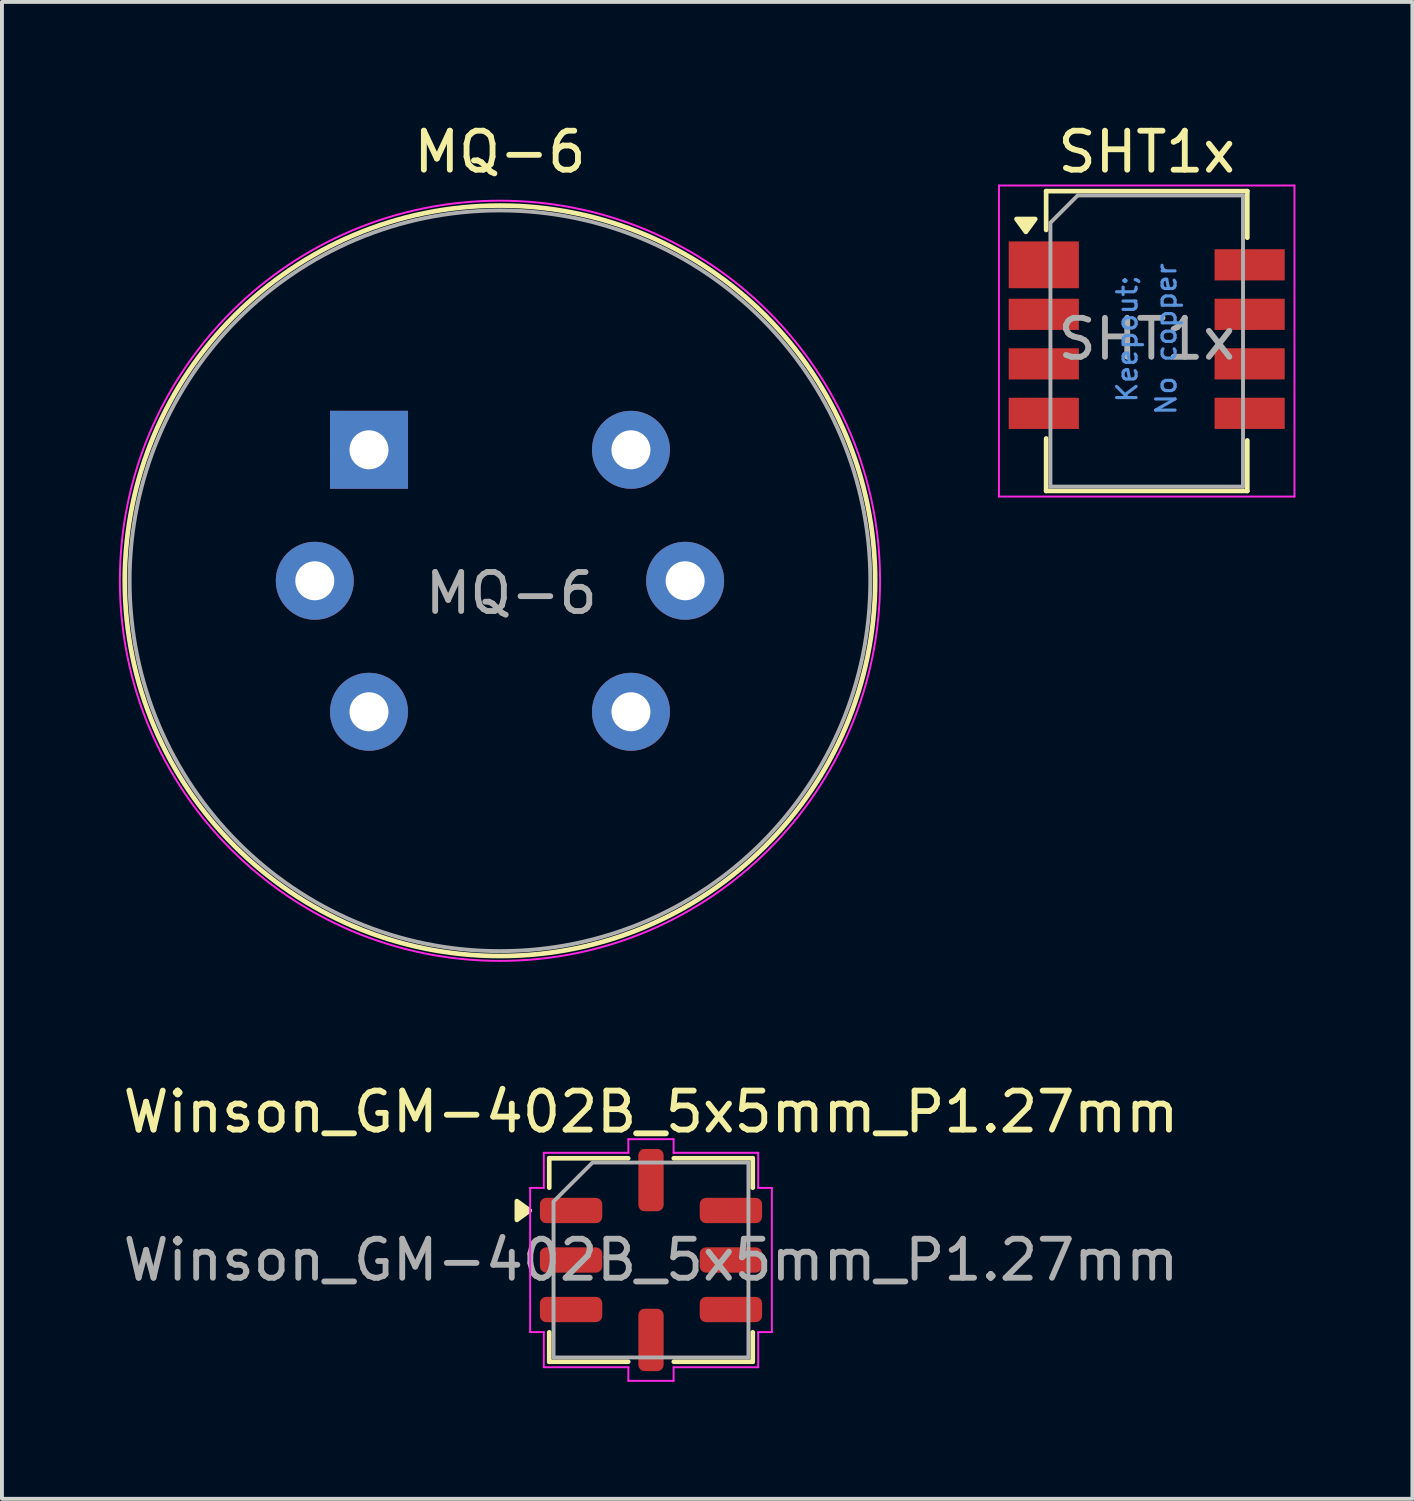
<source format=kicad_pcb>
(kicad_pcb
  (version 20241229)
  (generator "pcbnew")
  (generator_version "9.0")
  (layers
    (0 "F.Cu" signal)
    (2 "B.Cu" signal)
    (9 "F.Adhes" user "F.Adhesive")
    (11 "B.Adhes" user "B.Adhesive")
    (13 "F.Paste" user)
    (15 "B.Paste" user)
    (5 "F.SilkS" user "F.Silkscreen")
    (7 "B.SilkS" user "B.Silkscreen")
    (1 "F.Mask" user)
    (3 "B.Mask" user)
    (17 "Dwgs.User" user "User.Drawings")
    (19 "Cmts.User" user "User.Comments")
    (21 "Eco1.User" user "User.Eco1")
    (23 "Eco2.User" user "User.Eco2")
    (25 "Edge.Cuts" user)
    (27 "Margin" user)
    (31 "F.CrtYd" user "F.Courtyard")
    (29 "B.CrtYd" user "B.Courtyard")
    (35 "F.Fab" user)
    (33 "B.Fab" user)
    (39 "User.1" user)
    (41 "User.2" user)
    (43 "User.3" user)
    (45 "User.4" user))
  (footprint "SHT1x"
    (layer "F.Cu")
    (at 26.365 5.648)
    (property "Reference" "SHT1x" (at 0 -4.8 0) (layer "F.SilkS") (effects (font (size 1 1) (thickness 0.15))))
    (attr smd)
    (fp_line (start -2.58 -3.795) (end 2.58 -3.795) (stroke (width 0.12) (type solid)) (layer "F.SilkS"))
    (fp_line (start -2.58 -2.8) (end -2.58 -3.795) (stroke (width 0.12) (type solid)) (layer "F.SilkS"))
    (fp_line (start -2.58 3.895) (end -2.58 2.55) (stroke (width 0.12) (type solid)) (layer "F.SilkS"))
    (fp_line (start -2.58 3.895) (end 2.58 3.895) (stroke (width 0.12) (type solid)) (layer "F.SilkS"))
    (fp_line (start 2.58 -2.6) (end 2.58 -3.795) (stroke (width 0.12) (type solid)) (layer "F.SilkS"))
    (fp_line (start 2.58 3.895) (end 2.58 2.6) (stroke (width 0.12) (type solid)) (layer "F.SilkS"))
    (fp_poly (pts (xy -3.1 -2.75) (xy -3.34 -3.08) (xy -2.86 -3.08) (xy -3.1 -2.75)) (stroke (width 0.12) (type solid)) (fill yes) (layer "F.SilkS"))
    (fp_line (start -3.79 -3.94) (end 3.79 -3.94) (stroke (width 0.05) (type solid)) (layer "F.CrtYd"))
    (fp_line (start -3.79 4.04) (end -3.79 -3.94) (stroke (width 0.05) (type solid)) (layer "F.CrtYd"))
    (fp_line (start 3.79 -3.94) (end 3.79 4.04) (stroke (width 0.05) (type solid)) (layer "F.CrtYd"))
    (fp_line (start 3.79 4.04) (end -3.79 4.04) (stroke (width 0.05) (type solid)) (layer "F.CrtYd"))
    (fp_line (start -2.47 -2.985) (end -1.77 -3.685) (stroke (width 0.1) (type solid)) (layer "F.Fab"))
    (fp_line (start -2.47 3.785) (end -2.47 -2.985) (stroke (width 0.1) (type solid)) (layer "F.Fab"))
    (fp_line (start -1.77 -3.685) (end 2.47 -3.685) (stroke (width 0.1) (type solid)) (layer "F.Fab"))
    (fp_line (start 2.47 -3.685) (end 2.47 3.785) (stroke (width 0.1) (type solid)) (layer "F.Fab"))
    (fp_line (start 2.47 3.785) (end -2.47 3.785) (stroke (width 0.1) (type solid)) (layer "F.Fab"))
    (fp_text user "Keepout;" (at -0.5 0 90) (layer "Cmts.User") (effects (font (size 0.5 0.5) (thickness 0.08))))
    (fp_text user "No copper" (at 0.5 0 90) (layer "Cmts.User") (effects (font (size 0.5 0.5) (thickness 0.08))))
    (fp_text user "${REFERENCE}" (at 0 0 0) (layer "F.Fab") (effects (font (size 1 1) (thickness 0.15))))
    (pad "1" smd rect (at -2.64 -1.905) (size 1.8 1.2) (layers "F.Cu" "F.Mask" "F.Paste"))
    (pad "2" smd rect (at -2.64 -0.635) (size 1.8 0.8) (layers "F.Cu" "F.Mask" "F.Paste"))
    (pad "3" smd rect (at -2.64 0.635) (size 1.8 0.8) (layers "F.Cu" "F.Mask" "F.Paste"))
    (pad "4" smd rect (at -2.64 1.905) (size 1.8 0.8) (layers "F.Cu" "F.Mask" "F.Paste"))
    (pad "5" smd rect (at 2.64 1.905) (size 1.8 0.8) (layers "F.Cu" "F.Mask" "F.Paste"))
    (pad "6" smd rect (at 2.64 0.635) (size 1.8 0.8) (layers "F.Cu" "F.Mask" "F.Paste"))
    (pad "7" smd rect (at 2.64 -0.635) (size 1.8 0.8) (layers "F.Cu" "F.Mask" "F.Paste"))
    (pad "8" smd rect (at 2.64 -1.905) (size 1.8 0.8) (layers "F.Cu" "F.Mask" "F.Paste"))
    (zone (net_name "") (layer "F.Cu") (name "no copper") (hatch edge 0.5) (connect_pads) (min_thickness 0.25) (filled_areas_thickness no) (keepout (tracks not_allowed) (vias not_allowed) (pads not_allowed) (copperpour not_allowed) (footprints allowed)) (placement (enabled no)) (fill) (polygon (pts (xy 24.625 3.343) (xy 24.625 7.953) (xy 22.825 7.953) (xy 22.825 9.448) (xy 29.905 9.448) (xy 29.905 7.953) (xy 28.105 7.953) (xy 28.105 3.343) (xy 29.905 3.343) (xy 29.905 1.948) (xy 22.825 1.948) (xy 22.825 3.343)))))
  (footprint "Winson_GM-402B_5x5mm_P1.27mm"
    (layer "F.Cu")
    (at 13.649 29.271)
    (property "Reference" "Winson_GM-402B_5x5mm_P1.27mm" (at 0 -3.8 0) (layer "F.SilkS") (effects (font (size 1 1) (thickness 0.15))))
    (attr smd)
    (fp_line (start -2.61 -2.61) (end -0.585 -2.61) (stroke (width 0.12) (type solid)) (layer "F.SilkS"))
    (fp_line (start -2.61 -1.855) (end -2.61 -2.61) (stroke (width 0.12) (type solid)) (layer "F.SilkS"))
    (fp_line (start -2.61 2.61) (end -2.61 1.855) (stroke (width 0.12) (type solid)) (layer "F.SilkS"))
    (fp_line (start -0.585 2.61) (end -2.61 2.61) (stroke (width 0.12) (type solid)) (layer "F.SilkS"))
    (fp_line (start 0.585 -2.61) (end 2.61 -2.61) (stroke (width 0.12) (type solid)) (layer "F.SilkS"))
    (fp_line (start 2.61 -2.61) (end 2.61 -1.855) (stroke (width 0.12) (type solid)) (layer "F.SilkS"))
    (fp_line (start 2.61 1.855) (end 2.61 2.61) (stroke (width 0.12) (type solid)) (layer "F.SilkS"))
    (fp_line (start 2.61 2.61) (end 0.585 2.61) (stroke (width 0.12) (type solid)) (layer "F.SilkS"))
    (fp_poly (pts (xy -3.11 -1.27) (xy -3.44 -1.03) (xy -3.44 -1.51)) (stroke (width 0.12) (type solid)) (fill yes) (layer "F.SilkS"))
    (fp_line (start -3.1 -1.85) (end -2.75 -1.85) (stroke (width 0.05) (type solid)) (layer "F.CrtYd"))
    (fp_line (start -3.1 1.85) (end -3.1 -1.85) (stroke (width 0.05) (type solid)) (layer "F.CrtYd"))
    (fp_line (start -2.75 -2.75) (end -0.58 -2.75) (stroke (width 0.05) (type solid)) (layer "F.CrtYd"))
    (fp_line (start -2.75 -1.85) (end -2.75 -2.75) (stroke (width 0.05) (type solid)) (layer "F.CrtYd"))
    (fp_line (start -2.75 1.85) (end -3.1 1.85) (stroke (width 0.05) (type solid)) (layer "F.CrtYd"))
    (fp_line (start -2.75 2.75) (end -2.75 1.85) (stroke (width 0.05) (type solid)) (layer "F.CrtYd"))
    (fp_line (start -0.58 -3.1) (end 0.58 -3.1) (stroke (width 0.05) (type solid)) (layer "F.CrtYd"))
    (fp_line (start -0.58 -2.75) (end -0.58 -3.1) (stroke (width 0.05) (type solid)) (layer "F.CrtYd"))
    (fp_line (start -0.58 2.75) (end -2.75 2.75) (stroke (width 0.05) (type solid)) (layer "F.CrtYd"))
    (fp_line (start -0.58 3.1) (end -0.58 2.75) (stroke (width 0.05) (type solid)) (layer "F.CrtYd"))
    (fp_line (start 0.58 -3.1) (end 0.58 -2.75) (stroke (width 0.05) (type solid)) (layer "F.CrtYd"))
    (fp_line (start 0.58 -2.75) (end 2.75 -2.75) (stroke (width 0.05) (type solid)) (layer "F.CrtYd"))
    (fp_line (start 0.58 2.75) (end 0.58 3.1) (stroke (width 0.05) (type solid)) (layer "F.CrtYd"))
    (fp_line (start 0.58 3.1) (end -0.58 3.1) (stroke (width 0.05) (type solid)) (layer "F.CrtYd"))
    (fp_line (start 2.75 -2.75) (end 2.75 -1.85) (stroke (width 0.05) (type solid)) (layer "F.CrtYd"))
    (fp_line (start 2.75 -1.85) (end 3.1 -1.85) (stroke (width 0.05) (type solid)) (layer "F.CrtYd"))
    (fp_line (start 2.75 1.85) (end 2.75 2.75) (stroke (width 0.05) (type solid)) (layer "F.CrtYd"))
    (fp_line (start 2.75 2.75) (end 0.58 2.75) (stroke (width 0.05) (type solid)) (layer "F.CrtYd"))
    (fp_line (start 3.1 -1.85) (end 3.1 1.85) (stroke (width 0.05) (type solid)) (layer "F.CrtYd"))
    (fp_line (start 3.1 1.85) (end 2.75 1.85) (stroke (width 0.05) (type solid)) (layer "F.CrtYd"))
    (fp_poly (pts (xy -2.5 -1.5) (xy -2.5 2.5) (xy 2.5 2.5) (xy 2.5 -2.5) (xy -1.5 -2.5)) (stroke (width 0.1) (type solid)) (fill no) (layer "F.Fab"))
    (fp_text user "${REFERENCE}" (at 0 0 0) (layer "F.Fab") (effects (font (size 1 1) (thickness 0.15))))
    (pad "1" smd roundrect (at -2.05 -1.27) (size 1.6 0.65) (layers "F.Cu" "F.Mask" "F.Paste") (roundrect_rratio 0.25))
    (pad "2" smd roundrect (at -2.05 0) (size 1.6 0.65) (layers "F.Cu" "F.Mask" "F.Paste") (roundrect_rratio 0.25))
    (pad "3" smd roundrect (at -2.05 1.27) (size 1.6 0.65) (layers "F.Cu" "F.Mask" "F.Paste") (roundrect_rratio 0.25))
    (pad "4" smd roundrect (at 0 2.05) (size 0.65 1.6) (layers "F.Cu" "F.Mask" "F.Paste") (roundrect_rratio 0.25))
    (pad "5" smd roundrect (at 2.05 1.27) (size 1.6 0.65) (layers "F.Cu" "F.Mask" "F.Paste") (roundrect_rratio 0.25))
    (pad "6" smd roundrect (at 2.05 0) (size 1.6 0.65) (layers "F.Cu" "F.Mask" "F.Paste") (roundrect_rratio 0.25))
    (pad "7" smd roundrect (at 2.05 -1.27) (size 1.6 0.65) (layers "F.Cu" "F.Mask" "F.Paste") (roundrect_rratio 0.25))
    (pad "8" smd roundrect (at 0 -2.05) (size 0.65 1.6) (layers "F.Cu" "F.Mask" "F.Paste") (roundrect_rratio 0.25)))
  (footprint "MQ-6"
    (layer "F.Cu")
    (at 6.415 8.488)
    (property "Reference" "MQ-6" (at 3.36 -7.64 0) (layer "F.SilkS") (effects (font (size 1 1) (thickness 0.15))))
    (attr through_hole)
    (fp_circle (center 3.36 3.36) (end 12.985 3.36) (stroke (width 0.12) (type solid)) (fill no) (layer "F.SilkS"))
    (fp_circle (center 3.36 3.36) (end 13.11 3.36) (stroke (width 0.05) (type solid)) (fill no) (layer "F.CrtYd"))
    (fp_circle (center 3.36 3.36) (end 12.86 3.36) (stroke (width 0.1) (type solid)) (fill no) (layer "F.Fab"))
    (fp_text user "${REFERENCE}" (at 3.65 3.68 0) (layer "F.Fab") (effects (font (size 1 1) (thickness 0.15))))
    (pad "1" thru_hole rect (at 0 0) (size 2 2) (drill 1) (layers "*.Cu" "*.Mask"))
    (pad "2" thru_hole circle (at -1.39 3.36) (size 2 2) (drill 1) (layers "*.Cu" "*.Mask"))
    (pad "3" thru_hole circle (at 0 6.72 90) (size 2 2) (drill 1) (layers "*.Cu" "*.Mask"))
    (pad "4" thru_hole circle (at 6.72 6.72 180) (size 2 2) (drill 1) (layers "*.Cu" "*.Mask"))
    (pad "5" thru_hole circle (at 8.11 3.36) (size 2 2) (drill 1) (layers "*.Cu" "*.Mask"))
    (pad "6" thru_hole circle (at 6.72 0 270) (size 2 2) (drill 1) (layers "*.Cu" "*.Mask")))
  (gr_rect
    (start -3 -3)
    (end 33.18 35.397)
    (stroke (width 0.1) (type default))
    (fill no)
    (layer "Edge.Cuts")))
</source>
